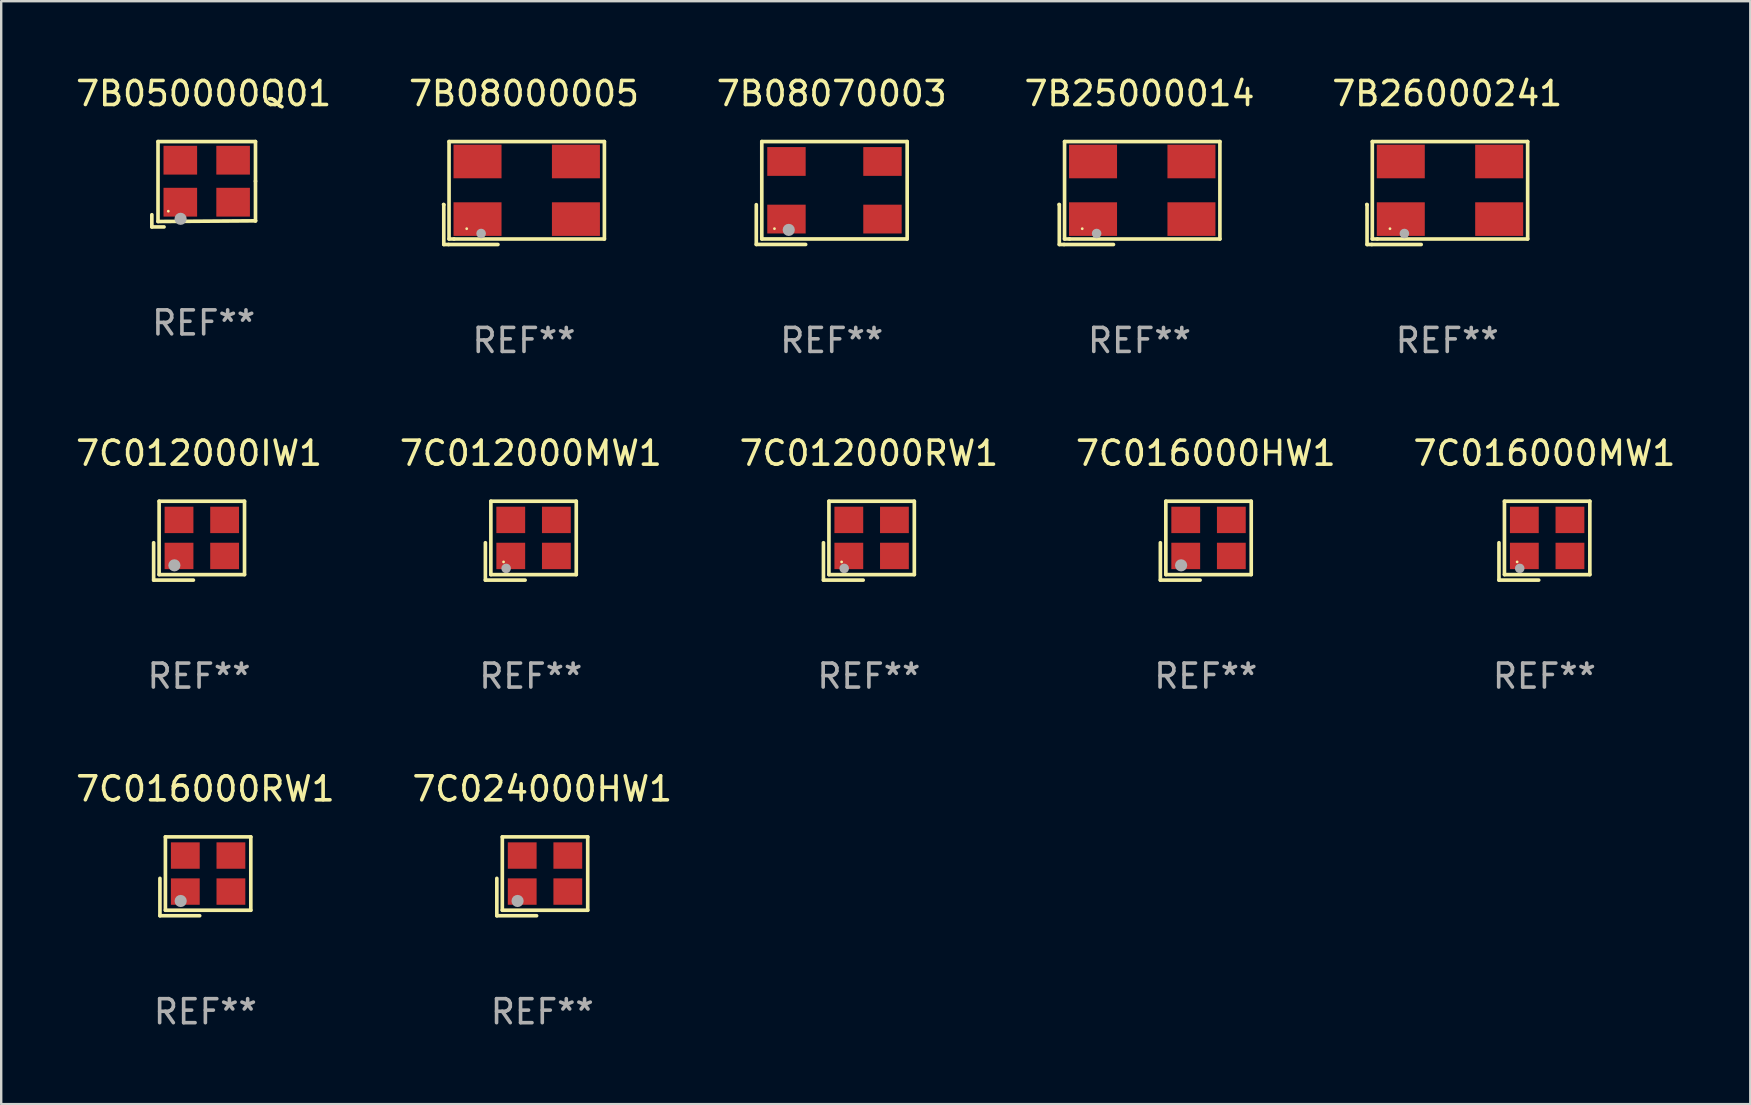
<source format=kicad_pcb>
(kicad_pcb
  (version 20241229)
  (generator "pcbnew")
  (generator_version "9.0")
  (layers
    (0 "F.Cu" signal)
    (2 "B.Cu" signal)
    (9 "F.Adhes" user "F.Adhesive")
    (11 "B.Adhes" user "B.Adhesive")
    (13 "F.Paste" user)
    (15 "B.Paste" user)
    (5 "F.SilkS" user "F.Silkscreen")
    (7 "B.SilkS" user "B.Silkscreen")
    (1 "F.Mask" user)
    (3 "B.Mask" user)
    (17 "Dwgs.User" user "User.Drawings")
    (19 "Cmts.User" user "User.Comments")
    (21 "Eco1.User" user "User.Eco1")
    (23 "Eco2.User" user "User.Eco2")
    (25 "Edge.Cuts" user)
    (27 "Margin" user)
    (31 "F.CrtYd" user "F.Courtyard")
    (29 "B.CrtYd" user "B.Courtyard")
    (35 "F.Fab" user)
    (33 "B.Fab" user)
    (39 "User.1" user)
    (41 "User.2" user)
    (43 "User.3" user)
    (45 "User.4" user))
  (footprint "7C016000MW1"
    (layer "F.Cu")
    (at 61.292 19.475)
    (property "Reference" "7C016000MW1" (at 0 -3.643 0) (layer "F.SilkS") (effects (font (size 1 1) (thickness 0.15))))
    (attr through_hole)
    (fp_line (start -1.893 0.086) (end -1.893 1.643) (stroke (width 0.152) (type solid)) (layer "F.SilkS"))
    (fp_line (start -1.893 1.643) (end -0.237 1.643) (stroke (width 0.152) (type solid)) (layer "F.SilkS"))
    (fp_line (start -1.665 -1.643) (end 1.893 -1.643) (stroke (width 0.152) (type solid)) (layer "F.SilkS"))
    (fp_line (start -1.665 1.414) (end -1.665 -1.643) (stroke (width 0.152) (type solid)) (layer "F.SilkS"))
    (fp_line (start 1.893 -1.643) (end 1.893 1.414) (stroke (width 0.152) (type solid)) (layer "F.SilkS"))
    (fp_line (start 1.893 1.414) (end -1.665 1.414) (stroke (width 0.152) (type solid)) (layer "F.SilkS"))
    (fp_circle (center -1.136 0.885) (end -1.106 0.885) (stroke (width 0.06) (type solid)) (fill no) (layer "F.SilkS"))
    (fp_circle (center -1.029 1.155) (end -0.929 1.155) (stroke (width 0.2) (type solid)) (fill no) (layer "F.Fab"))
    (fp_text user "REF**" (at 0 5.643 0) (layer "F.Fab") (effects (font (size 1 1) (thickness 0.15))))
    (pad "1" smd rect (at -0.836 0.636) (size 1.2 1.1) (layers "F.Cu" "F.Mask" "F.Paste"))
    (pad "2" smd rect (at 1.064 0.636) (size 1.2 1.1) (layers "F.Cu" "F.Mask" "F.Paste"))
    (pad "3" smd rect (at 1.064 -0.865) (size 1.2 1.1) (layers "F.Cu" "F.Mask" "F.Paste"))
    (pad "4" smd rect (at -0.836 -0.865) (size 1.2 1.1) (layers "F.Cu" "F.Mask" "F.Paste")))
  (footprint "7B08070003"
    (layer "F.Cu")
    (at 31.601 4.991)
    (property "Reference" "7B08070003" (at 0 -4.143 0) (layer "F.SilkS") (effects (font (size 1 1) (thickness 0.15))))
    (attr through_hole)
    (fp_line (start -3.143 0.486) (end -3.143 2.143) (stroke (width 0.152) (type solid)) (layer "F.SilkS"))
    (fp_line (start -3.143 2.143) (end -1.086 2.143) (stroke (width 0.152) (type solid)) (layer "F.SilkS"))
    (fp_line (start -2.914 -2.143) (end 3.143 -2.143) (stroke (width 0.152) (type solid)) (layer "F.SilkS"))
    (fp_line (start -2.914 1.914) (end -2.914 -2.143) (stroke (width 0.152) (type solid)) (layer "F.SilkS"))
    (fp_line (start 3.143 -2.143) (end 3.143 1.914) (stroke (width 0.152) (type solid)) (layer "F.SilkS"))
    (fp_line (start 3.143 1.914) (end -2.914 1.914) (stroke (width 0.152) (type solid)) (layer "F.SilkS"))
    (fp_circle (center -2.386 1.486) (end -2.356 1.486) (stroke (width 0.06) (type solid)) (fill no) (layer "F.SilkS"))
    (fp_circle (center -1.791 1.537) (end -1.664 1.537) (stroke (width 0.254) (type solid)) (fill no) (layer "F.Fab"))
    (fp_text user "REF**" (at 0 6.143 0) (layer "F.Fab") (effects (font (size 1 1) (thickness 0.15))))
    (pad "1" smd rect (at -1.886 1.086) (size 1.6 1.2) (layers "F.Cu" "F.Mask" "F.Paste"))
    (pad "2" smd rect (at 2.114 1.086) (size 1.6 1.2) (layers "F.Cu" "F.Mask" "F.Paste"))
    (pad "3" smd rect (at 2.114 -1.314) (size 1.6 1.2) (layers "F.Cu" "F.Mask" "F.Paste"))
    (pad "4" smd rect (at -1.886 -1.314) (size 1.6 1.2) (layers "F.Cu" "F.Mask" "F.Paste")))
  (footprint "7C016000HW1"
    (layer "F.Cu")
    (at 47.185 19.475)
    (property "Reference" "7C016000HW1" (at 0 -3.643 0) (layer "F.SilkS") (effects (font (size 1 1) (thickness 0.15))))
    (attr through_hole)
    (fp_line (start -1.893 0.086) (end -1.893 1.643) (stroke (width 0.152) (type solid)) (layer "F.SilkS"))
    (fp_line (start -1.893 1.643) (end -0.237 1.643) (stroke (width 0.152) (type solid)) (layer "F.SilkS"))
    (fp_line (start -1.665 -1.643) (end 1.893 -1.643) (stroke (width 0.152) (type solid)) (layer "F.SilkS"))
    (fp_line (start -1.665 1.414) (end -1.665 -1.643) (stroke (width 0.152) (type solid)) (layer "F.SilkS"))
    (fp_line (start 1.893 -1.643) (end 1.893 1.414) (stroke (width 0.152) (type solid)) (layer "F.SilkS"))
    (fp_line (start 1.893 1.414) (end -1.665 1.414) (stroke (width 0.152) (type solid)) (layer "F.SilkS"))
    (fp_circle (center -1.136 0.885) (end -1.106 0.885) (stroke (width 0.06) (type solid)) (fill no) (layer "F.SilkS"))
    (fp_circle (center -1.029 1.028) (end -0.902 1.028) (stroke (width 0.254) (type solid)) (fill no) (layer "F.Fab"))
    (fp_text user "REF**" (at 0 5.643 0) (layer "F.Fab") (effects (font (size 1 1) (thickness 0.15))))
    (pad "1" smd rect (at -0.836 0.636) (size 1.2 1.1) (layers "F.Cu" "F.Mask" "F.Paste"))
    (pad "2" smd rect (at 1.064 0.636) (size 1.2 1.1) (layers "F.Cu" "F.Mask" "F.Paste"))
    (pad "3" smd rect (at 1.064 -0.865) (size 1.2 1.1) (layers "F.Cu" "F.Mask" "F.Paste"))
    (pad "4" smd rect (at -0.836 -0.865) (size 1.2 1.1) (layers "F.Cu" "F.Mask" "F.Paste")))
  (footprint "7C016000RW1"
    (layer "F.Cu")
    (at 5.506 33.458)
    (property "Reference" "7C016000RW1" (at 0 -3.643 0) (layer "F.SilkS") (effects (font (size 1 1) (thickness 0.15))))
    (attr through_hole)
    (fp_line (start -1.893 0.086) (end -1.893 1.643) (stroke (width 0.152) (type solid)) (layer "F.SilkS"))
    (fp_line (start -1.893 1.643) (end -0.237 1.643) (stroke (width 0.152) (type solid)) (layer "F.SilkS"))
    (fp_line (start -1.665 -1.643) (end 1.893 -1.643) (stroke (width 0.152) (type solid)) (layer "F.SilkS"))
    (fp_line (start -1.665 1.414) (end -1.665 -1.643) (stroke (width 0.152) (type solid)) (layer "F.SilkS"))
    (fp_line (start 1.893 -1.643) (end 1.893 1.414) (stroke (width 0.152) (type solid)) (layer "F.SilkS"))
    (fp_line (start 1.893 1.414) (end -1.665 1.414) (stroke (width 0.152) (type solid)) (layer "F.SilkS"))
    (fp_circle (center -1.136 0.885) (end -1.106 0.885) (stroke (width 0.06) (type solid)) (fill no) (layer "F.SilkS"))
    (fp_circle (center -1.029 1.028) (end -0.902 1.028) (stroke (width 0.254) (type solid)) (fill no) (layer "F.Fab"))
    (fp_text user "REF**" (at 0 5.643 0) (layer "F.Fab") (effects (font (size 1 1) (thickness 0.15))))
    (pad "1" smd rect (at -0.836 0.636) (size 1.2 1.1) (layers "F.Cu" "F.Mask" "F.Paste"))
    (pad "2" smd rect (at 1.064 0.636) (size 1.2 1.1) (layers "F.Cu" "F.Mask" "F.Paste"))
    (pad "3" smd rect (at 1.064 -0.865) (size 1.2 1.1) (layers "F.Cu" "F.Mask" "F.Paste"))
    (pad "4" smd rect (at -0.836 -0.865) (size 1.2 1.1) (layers "F.Cu" "F.Mask" "F.Paste")))
  (footprint "7B050000Q01"
    (layer "F.Cu")
    (at 5.435 4.626)
    (property "Reference" "7B050000Q01" (at 0 -3.778 0) (layer "F.SilkS") (effects (font (size 1 1) (thickness 0.15))))
    (attr through_hole)
    (fp_line (start -2.159 1.27) (end -2.159 1.778) (stroke (width 0.152) (type solid)) (layer "F.SilkS"))
    (fp_line (start -2.159 1.778) (end -1.651 1.778) (stroke (width 0.152) (type solid)) (layer "F.SilkS"))
    (fp_line (start -1.902 -1.778) (end 2.159 -1.778) (stroke (width 0.152) (type solid)) (layer "F.SilkS"))
    (fp_line (start -1.902 1.552) (end -1.902 -1.778) (stroke (width 0.152) (type solid)) (layer "F.SilkS"))
    (fp_line (start 2.159 -1.778) (end 2.159 -0.127) (stroke (width 0.152) (type solid)) (layer "F.SilkS"))
    (fp_line (start 2.159 -0.127) (end 2.159 1.524) (stroke (width 0.152) (type solid)) (layer "F.SilkS"))
    (fp_line (start 2.159 1.524) (end -1.902 1.552) (stroke (width 0.152) (type solid)) (layer "F.SilkS"))
    (fp_line (start 2.159 1.524) (end 2.159 1.524) (stroke (width 0.152) (type solid)) (layer "F.SilkS"))
    (fp_circle (center -1.473 1.123) (end -1.443 1.123) (stroke (width 0.06) (type solid)) (fill no) (layer "F.SilkS"))
    (fp_circle (center -0.961 1.44) (end -0.834 1.44) (stroke (width 0.254) (type solid)) (fill no) (layer "F.Fab"))
    (fp_text user "REF**" (at 0 5.778 0) (layer "F.Fab") (effects (font (size 1 1) (thickness 0.15))))
    (pad "1" smd rect (at -0.973 0.748) (size 1.4 1.2) (layers "F.Cu" "F.Mask" "F.Paste"))
    (pad "2" smd rect (at 1.227 0.748) (size 1.4 1.2) (layers "F.Cu" "F.Mask" "F.Paste"))
    (pad "3" smd rect (at 1.227 -1.002) (size 1.4 1.2) (layers "F.Cu" "F.Mask" "F.Paste"))
    (pad "4" smd rect (at -0.973 -1.002) (size 1.4 1.2) (layers "F.Cu" "F.Mask" "F.Paste")))
  (footprint "7C012000IW1"
    (layer "F.Cu")
    (at 5.244 19.475)
    (property "Reference" "7C012000IW1" (at 0 -3.643 0) (layer "F.SilkS") (effects (font (size 1 1) (thickness 0.15))))
    (attr through_hole)
    (fp_line (start -1.893 0.086) (end -1.893 1.643) (stroke (width 0.152) (type solid)) (layer "F.SilkS"))
    (fp_line (start -1.893 1.643) (end -0.237 1.643) (stroke (width 0.152) (type solid)) (layer "F.SilkS"))
    (fp_line (start -1.665 -1.643) (end 1.893 -1.643) (stroke (width 0.152) (type solid)) (layer "F.SilkS"))
    (fp_line (start -1.665 1.414) (end -1.665 -1.643) (stroke (width 0.152) (type solid)) (layer "F.SilkS"))
    (fp_line (start 1.893 -1.643) (end 1.893 1.414) (stroke (width 0.152) (type solid)) (layer "F.SilkS"))
    (fp_line (start 1.893 1.414) (end -1.665 1.414) (stroke (width 0.152) (type solid)) (layer "F.SilkS"))
    (fp_circle (center -1.136 0.885) (end -1.106 0.885) (stroke (width 0.06) (type solid)) (fill no) (layer "F.SilkS"))
    (fp_circle (center -1.029 1.028) (end -0.902 1.028) (stroke (width 0.254) (type solid)) (fill no) (layer "F.Fab"))
    (fp_text user "REF**" (at 0 5.643 0) (layer "F.Fab") (effects (font (size 1 1) (thickness 0.15))))
    (pad "1" smd rect (at -0.836 0.636) (size 1.2 1.1) (layers "F.Cu" "F.Mask" "F.Paste"))
    (pad "2" smd rect (at 1.064 0.636) (size 1.2 1.1) (layers "F.Cu" "F.Mask" "F.Paste"))
    (pad "3" smd rect (at 1.064 -0.865) (size 1.2 1.1) (layers "F.Cu" "F.Mask" "F.Paste"))
    (pad "4" smd rect (at -0.836 -0.865) (size 1.2 1.1) (layers "F.Cu" "F.Mask" "F.Paste")))
  (footprint "7C012000MW1"
    (layer "F.Cu")
    (at 19.065 19.475)
    (property "Reference" "7C012000MW1" (at 0 -3.643 0) (layer "F.SilkS") (effects (font (size 1 1) (thickness 0.15))))
    (attr through_hole)
    (fp_line (start -1.893 0.086) (end -1.893 1.643) (stroke (width 0.152) (type solid)) (layer "F.SilkS"))
    (fp_line (start -1.893 1.643) (end -0.237 1.643) (stroke (width 0.152) (type solid)) (layer "F.SilkS"))
    (fp_line (start -1.665 -1.643) (end 1.893 -1.643) (stroke (width 0.152) (type solid)) (layer "F.SilkS"))
    (fp_line (start -1.665 1.414) (end -1.665 -1.643) (stroke (width 0.152) (type solid)) (layer "F.SilkS"))
    (fp_line (start 1.893 -1.643) (end 1.893 1.414) (stroke (width 0.152) (type solid)) (layer "F.SilkS"))
    (fp_line (start 1.893 1.414) (end -1.665 1.414) (stroke (width 0.152) (type solid)) (layer "F.SilkS"))
    (fp_circle (center -1.136 0.885) (end -1.106 0.885) (stroke (width 0.06) (type solid)) (fill no) (layer "F.SilkS"))
    (fp_circle (center -1.029 1.155) (end -0.929 1.155) (stroke (width 0.2) (type solid)) (fill no) (layer "F.Fab"))
    (fp_text user "REF**" (at 0 5.643 0) (layer "F.Fab") (effects (font (size 1 1) (thickness 0.15))))
    (pad "1" smd rect (at -0.836 0.636) (size 1.2 1.1) (layers "F.Cu" "F.Mask" "F.Paste"))
    (pad "2" smd rect (at 1.064 0.636) (size 1.2 1.1) (layers "F.Cu" "F.Mask" "F.Paste"))
    (pad "3" smd rect (at 1.064 -0.865) (size 1.2 1.1) (layers "F.Cu" "F.Mask" "F.Paste"))
    (pad "4" smd rect (at -0.836 -0.865) (size 1.2 1.1) (layers "F.Cu" "F.Mask" "F.Paste")))
  (footprint "7C012000RW1"
    (layer "F.Cu")
    (at 33.149 19.475)
    (property "Reference" "7C012000RW1" (at 0 -3.643 0) (layer "F.SilkS") (effects (font (size 1 1) (thickness 0.15))))
    (attr through_hole)
    (fp_line (start -1.893 0.086) (end -1.893 1.643) (stroke (width 0.152) (type solid)) (layer "F.SilkS"))
    (fp_line (start -1.893 1.643) (end -0.237 1.643) (stroke (width 0.152) (type solid)) (layer "F.SilkS"))
    (fp_line (start -1.665 -1.643) (end 1.893 -1.643) (stroke (width 0.152) (type solid)) (layer "F.SilkS"))
    (fp_line (start -1.665 1.414) (end -1.665 -1.643) (stroke (width 0.152) (type solid)) (layer "F.SilkS"))
    (fp_line (start 1.893 -1.643) (end 1.893 1.414) (stroke (width 0.152) (type solid)) (layer "F.SilkS"))
    (fp_line (start 1.893 1.414) (end -1.665 1.414) (stroke (width 0.152) (type solid)) (layer "F.SilkS"))
    (fp_circle (center -1.136 0.885) (end -1.106 0.885) (stroke (width 0.06) (type solid)) (fill no) (layer "F.SilkS"))
    (fp_circle (center -1.029 1.155) (end -0.929 1.155) (stroke (width 0.2) (type solid)) (fill no) (layer "F.Fab"))
    (fp_text user "REF**" (at 0 5.643 0) (layer "F.Fab") (effects (font (size 1 1) (thickness 0.15))))
    (pad "1" smd rect (at -0.836 0.636) (size 1.2 1.1) (layers "F.Cu" "F.Mask" "F.Paste"))
    (pad "2" smd rect (at 1.064 0.636) (size 1.2 1.1) (layers "F.Cu" "F.Mask" "F.Paste"))
    (pad "3" smd rect (at 1.064 -0.865) (size 1.2 1.1) (layers "F.Cu" "F.Mask" "F.Paste"))
    (pad "4" smd rect (at -0.836 -0.865) (size 1.2 1.1) (layers "F.Cu" "F.Mask" "F.Paste")))
  (footprint "7C024000HW1"
    (layer "F.Cu")
    (at 19.542 33.458)
    (property "Reference" "7C024000HW1" (at 0 -3.643 0) (layer "F.SilkS") (effects (font (size 1 1) (thickness 0.15))))
    (attr through_hole)
    (fp_line (start -1.893 0.086) (end -1.893 1.643) (stroke (width 0.152) (type solid)) (layer "F.SilkS"))
    (fp_line (start -1.893 1.643) (end -0.237 1.643) (stroke (width 0.152) (type solid)) (layer "F.SilkS"))
    (fp_line (start -1.665 -1.643) (end 1.893 -1.643) (stroke (width 0.152) (type solid)) (layer "F.SilkS"))
    (fp_line (start -1.665 1.414) (end -1.665 -1.643) (stroke (width 0.152) (type solid)) (layer "F.SilkS"))
    (fp_line (start 1.893 -1.643) (end 1.893 1.414) (stroke (width 0.152) (type solid)) (layer "F.SilkS"))
    (fp_line (start 1.893 1.414) (end -1.665 1.414) (stroke (width 0.152) (type solid)) (layer "F.SilkS"))
    (fp_circle (center -1.136 0.885) (end -1.106 0.885) (stroke (width 0.06) (type solid)) (fill no) (layer "F.SilkS"))
    (fp_circle (center -1.029 1.028) (end -0.902 1.028) (stroke (width 0.254) (type solid)) (fill no) (layer "F.Fab"))
    (fp_text user "REF**" (at 0 5.643 0) (layer "F.Fab") (effects (font (size 1 1) (thickness 0.15))))
    (pad "1" smd rect (at -0.836 0.636) (size 1.2 1.1) (layers "F.Cu" "F.Mask" "F.Paste"))
    (pad "2" smd rect (at 1.064 0.636) (size 1.2 1.1) (layers "F.Cu" "F.Mask" "F.Paste"))
    (pad "3" smd rect (at 1.064 -0.865) (size 1.2 1.1) (layers "F.Cu" "F.Mask" "F.Paste"))
    (pad "4" smd rect (at -0.836 -0.865) (size 1.2 1.1) (layers "F.Cu" "F.Mask" "F.Paste")))
  (footprint "7B25000014"
    (layer "F.Cu")
    (at 44.423 4.992)
    (property "Reference" "7B25000014" (at 0 -4.144 0) (layer "F.SilkS") (effects (font (size 1 1) (thickness 0.15))))
    (attr through_hole)
    (fp_line (start -3.35 0.476) (end -3.341 0.485) (stroke (width 0.152) (type solid)) (layer "F.SilkS"))
    (fp_line (start -3.341 0.485) (end -3.341 2.144) (stroke (width 0.152) (type solid)) (layer "F.SilkS"))
    (fp_line (start -3.341 2.144) (end -3.143 2.144) (stroke (width 0.152) (type solid)) (layer "F.SilkS"))
    (fp_line (start -3.143 2.144) (end -1.085 2.144) (stroke (width 0.152) (type solid)) (layer "F.SilkS"))
    (fp_line (start -3.122 -2.144) (end 3.35 -2.144) (stroke (width 0.152) (type solid)) (layer "F.SilkS"))
    (fp_line (start -3.122 1.915) (end -3.122 -2.144) (stroke (width 0.152) (type solid)) (layer "F.SilkS"))
    (fp_line (start -2.914 1.915) (end -3.122 1.915) (stroke (width 0.152) (type solid)) (layer "F.SilkS"))
    (fp_line (start 3.35 -2.144) (end 3.35 1.915) (stroke (width 0.152) (type solid)) (layer "F.SilkS"))
    (fp_line (start 3.35 1.915) (end -2.914 1.915) (stroke (width 0.152) (type solid)) (layer "F.SilkS"))
    (fp_circle (center -2.386 1.486) (end -2.356 1.486) (stroke (width 0.06) (type solid)) (fill no) (layer "F.SilkS"))
    (fp_circle (center -1.786 1.686) (end -1.686 1.686) (stroke (width 0.2) (type solid)) (fill no) (layer "F.Fab"))
    (fp_text user "REF**" (at 0 6.144 0) (layer "F.Fab") (effects (font (size 1 1) (thickness 0.15))))
    (pad "1" smd rect (at -1.936 1.086) (size 2 1.4) (layers "F.Cu" "F.Mask" "F.Paste"))
    (pad "2" smd rect (at 2.164 1.086) (size 2 1.4) (layers "F.Cu" "F.Mask" "F.Paste"))
    (pad "3" smd rect (at 2.164 -1.314) (size 2 1.4) (layers "F.Cu" "F.Mask" "F.Paste"))
    (pad "4" smd rect (at -1.936 -1.314) (size 2 1.4) (layers "F.Cu" "F.Mask" "F.Paste")))
  (footprint "7B08000005"
    (layer "F.Cu")
    (at 18.78 4.992)
    (property "Reference" "7B08000005" (at 0 -4.144 0) (layer "F.SilkS") (effects (font (size 1 1) (thickness 0.15))))
    (attr through_hole)
    (fp_line (start -3.35 0.476) (end -3.341 0.485) (stroke (width 0.152) (type solid)) (layer "F.SilkS"))
    (fp_line (start -3.341 0.485) (end -3.341 2.144) (stroke (width 0.152) (type solid)) (layer "F.SilkS"))
    (fp_line (start -3.341 2.144) (end -3.143 2.144) (stroke (width 0.152) (type solid)) (layer "F.SilkS"))
    (fp_line (start -3.143 2.144) (end -1.085 2.144) (stroke (width 0.152) (type solid)) (layer "F.SilkS"))
    (fp_line (start -3.122 -2.144) (end 3.35 -2.144) (stroke (width 0.152) (type solid)) (layer "F.SilkS"))
    (fp_line (start -3.122 1.915) (end -3.122 -2.144) (stroke (width 0.152) (type solid)) (layer "F.SilkS"))
    (fp_line (start -2.914 1.915) (end -3.122 1.915) (stroke (width 0.152) (type solid)) (layer "F.SilkS"))
    (fp_line (start 3.35 -2.144) (end 3.35 1.915) (stroke (width 0.152) (type solid)) (layer "F.SilkS"))
    (fp_line (start 3.35 1.915) (end -2.914 1.915) (stroke (width 0.152) (type solid)) (layer "F.SilkS"))
    (fp_circle (center -2.386 1.486) (end -2.356 1.486) (stroke (width 0.06) (type solid)) (fill no) (layer "F.SilkS"))
    (fp_circle (center -1.786 1.686) (end -1.686 1.686) (stroke (width 0.2) (type solid)) (fill no) (layer "F.Fab"))
    (fp_text user "REF**" (at 0 6.144 0) (layer "F.Fab") (effects (font (size 1 1) (thickness 0.15))))
    (pad "1" smd rect (at -1.936 1.086) (size 2 1.4) (layers "F.Cu" "F.Mask" "F.Paste"))
    (pad "2" smd rect (at 2.164 1.086) (size 2 1.4) (layers "F.Cu" "F.Mask" "F.Paste"))
    (pad "3" smd rect (at 2.164 -1.314) (size 2 1.4) (layers "F.Cu" "F.Mask" "F.Paste"))
    (pad "4" smd rect (at -1.936 -1.314) (size 2 1.4) (layers "F.Cu" "F.Mask" "F.Paste")))
  (footprint "7B26000241"
    (layer "F.Cu")
    (at 57.244 4.992)
    (property "Reference" "7B26000241" (at 0 -4.144 0) (layer "F.SilkS") (effects (font (size 1 1) (thickness 0.15))))
    (attr through_hole)
    (fp_line (start -3.35 0.476) (end -3.341 0.485) (stroke (width 0.152) (type solid)) (layer "F.SilkS"))
    (fp_line (start -3.341 0.485) (end -3.341 2.144) (stroke (width 0.152) (type solid)) (layer "F.SilkS"))
    (fp_line (start -3.341 2.144) (end -3.143 2.144) (stroke (width 0.152) (type solid)) (layer "F.SilkS"))
    (fp_line (start -3.143 2.144) (end -1.085 2.144) (stroke (width 0.152) (type solid)) (layer "F.SilkS"))
    (fp_line (start -3.122 -2.144) (end 3.35 -2.144) (stroke (width 0.152) (type solid)) (layer "F.SilkS"))
    (fp_line (start -3.122 1.915) (end -3.122 -2.144) (stroke (width 0.152) (type solid)) (layer "F.SilkS"))
    (fp_line (start -2.914 1.915) (end -3.122 1.915) (stroke (width 0.152) (type solid)) (layer "F.SilkS"))
    (fp_line (start 3.35 -2.144) (end 3.35 1.915) (stroke (width 0.152) (type solid)) (layer "F.SilkS"))
    (fp_line (start 3.35 1.915) (end -2.914 1.915) (stroke (width 0.152) (type solid)) (layer "F.SilkS"))
    (fp_circle (center -2.386 1.486) (end -2.356 1.486) (stroke (width 0.06) (type solid)) (fill no) (layer "F.SilkS"))
    (fp_circle (center -1.786 1.686) (end -1.686 1.686) (stroke (width 0.2) (type solid)) (fill no) (layer "F.Fab"))
    (fp_text user "REF**" (at 0 6.144 0) (layer "F.Fab") (effects (font (size 1 1) (thickness 0.15))))
    (pad "1" smd rect (at -1.936 1.086) (size 2 1.4) (layers "F.Cu" "F.Mask" "F.Paste"))
    (pad "2" smd rect (at 2.164 1.086) (size 2 1.4) (layers "F.Cu" "F.Mask" "F.Paste"))
    (pad "3" smd rect (at 2.164 -1.314) (size 2 1.4) (layers "F.Cu" "F.Mask" "F.Paste"))
    (pad "4" smd rect (at -1.936 -1.314) (size 2 1.4) (layers "F.Cu" "F.Mask" "F.Paste")))
  (gr_rect
    (start -3 -3)
    (end 69.869 42.95)
    (stroke (width 0.1) (type default))
    (fill no)
    (layer "Edge.Cuts")))
</source>
